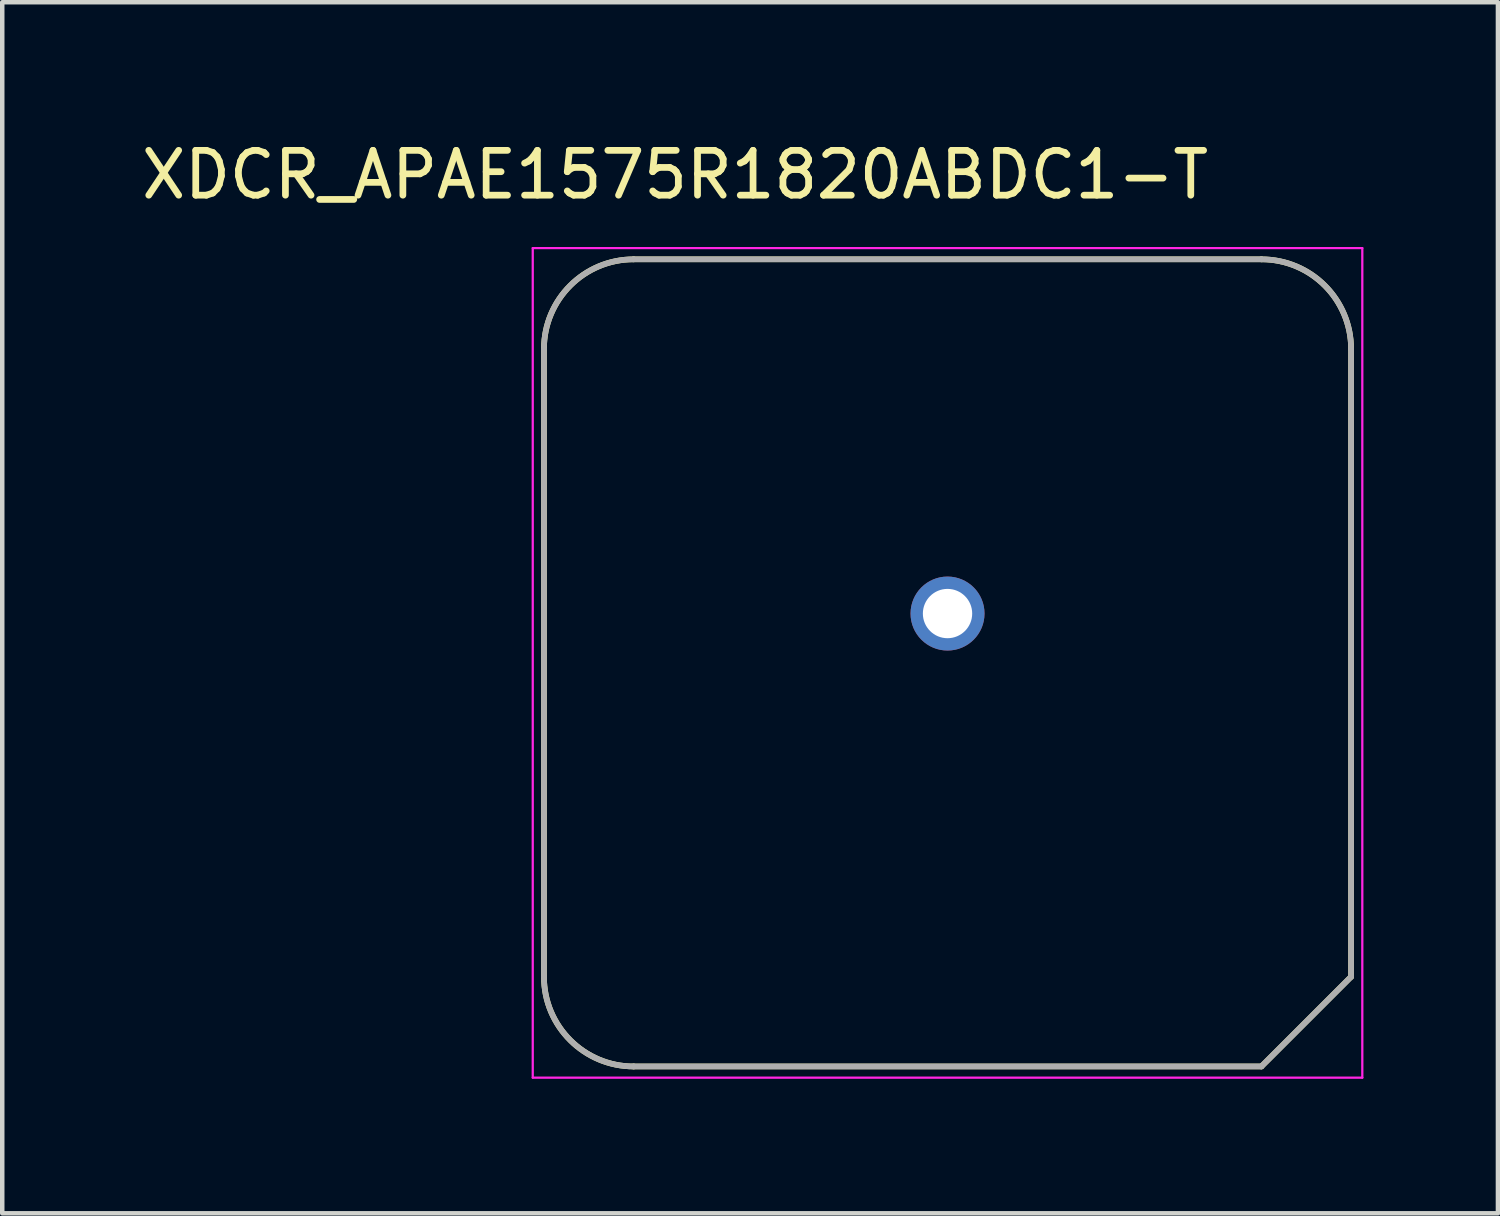
<source format=kicad_pcb>
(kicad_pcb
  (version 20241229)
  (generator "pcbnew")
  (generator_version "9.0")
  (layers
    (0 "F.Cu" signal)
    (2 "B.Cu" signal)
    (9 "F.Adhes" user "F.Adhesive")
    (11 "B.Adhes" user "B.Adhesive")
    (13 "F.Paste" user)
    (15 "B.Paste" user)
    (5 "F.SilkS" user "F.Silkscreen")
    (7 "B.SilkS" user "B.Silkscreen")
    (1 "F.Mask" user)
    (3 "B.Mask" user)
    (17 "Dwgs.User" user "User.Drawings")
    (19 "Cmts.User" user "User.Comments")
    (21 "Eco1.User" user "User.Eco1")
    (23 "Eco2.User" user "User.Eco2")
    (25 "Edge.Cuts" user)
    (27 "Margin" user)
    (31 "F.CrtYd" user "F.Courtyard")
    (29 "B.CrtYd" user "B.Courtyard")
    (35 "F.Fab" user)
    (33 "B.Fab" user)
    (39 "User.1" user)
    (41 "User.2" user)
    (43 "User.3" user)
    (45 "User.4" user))
  (footprint "XDCR_APAE1575R1820ABDC1-T"
    (layer "F.Cu")
    (at 18.081 11.733)
    (property "Reference" "XDCR_APAE1575R1820ABDC1-T" (at -6.075 -10.885 0) (layer "F.SilkS") (effects (font (size 1 1) (thickness 0.15))))
    (attr through_hole)
    (fp_line (start -9 -7) (end -9 7) (stroke (width 0.127) (type solid)) (layer "F.SilkS"))
    (fp_line (start -7 9) (end 7 9) (stroke (width 0.127) (type solid)) (layer "F.SilkS"))
    (fp_line (start 7 -9) (end -7 -9) (stroke (width 0.127) (type solid)) (layer "F.SilkS"))
    (fp_line (start 7 9) (end 9 7) (stroke (width 0.127) (type solid)) (layer "F.SilkS"))
    (fp_line (start 9 7) (end 9 -7) (stroke (width 0.127) (type solid)) (layer "F.SilkS"))
    (fp_arc (start -9 -7) (mid -8.414214 -8.414214) (end -7 -9) (stroke (width 0.127) (type solid)) (layer "F.SilkS"))
    (fp_arc (start -7 9) (mid -8.414214 8.414214) (end -9 7) (stroke (width 0.127) (type solid)) (layer "F.SilkS"))
    (fp_arc (start 7 -9) (mid 8.414214 -8.414214) (end 9 -7) (stroke (width 0.127) (type solid)) (layer "F.SilkS"))
    (fp_line (start -9.25 -9.25) (end -9.25 9.25) (stroke (width 0.05) (type solid)) (layer "F.CrtYd"))
    (fp_line (start -9.25 9.25) (end 9.25 9.25) (stroke (width 0.05) (type solid)) (layer "F.CrtYd"))
    (fp_line (start 9.25 -9.25) (end -9.25 -9.25) (stroke (width 0.05) (type solid)) (layer "F.CrtYd"))
    (fp_line (start 9.25 9.25) (end 9.25 -9.25) (stroke (width 0.05) (type solid)) (layer "F.CrtYd"))
    (fp_line (start -9 -7) (end -9 7) (stroke (width 0.127) (type solid)) (layer "F.Fab"))
    (fp_line (start -7 9) (end 7 9) (stroke (width 0.127) (type solid)) (layer "F.Fab"))
    (fp_line (start 7 -9) (end -7 -9) (stroke (width 0.127) (type solid)) (layer "F.Fab"))
    (fp_line (start 7 9) (end 9 7) (stroke (width 0.127) (type solid)) (layer "F.Fab"))
    (fp_line (start 9 7) (end 9 -7) (stroke (width 0.127) (type solid)) (layer "F.Fab"))
    (fp_arc (start -9 -7) (mid -8.414214 -8.414214) (end -7 -9) (stroke (width 0.127) (type solid)) (layer "F.Fab"))
    (fp_arc (start -7 9) (mid -8.414214 8.414214) (end -9 7) (stroke (width 0.127) (type solid)) (layer "F.Fab"))
    (fp_arc (start 7 -9) (mid 8.414214 -8.414214) (end 9 -7) (stroke (width 0.127) (type solid)) (layer "F.Fab"))
    (pad "1" thru_hole circle (at 0 -1.1) (size 1.65 1.65) (drill 1.1) (layers "*.Cu" "*.Mask")))
  (gr_rect
    (start -3 -3)
    (end 30.356 24.008)
    (stroke (width 0.1) (type default))
    (fill no)
    (layer "Edge.Cuts")))
</source>
